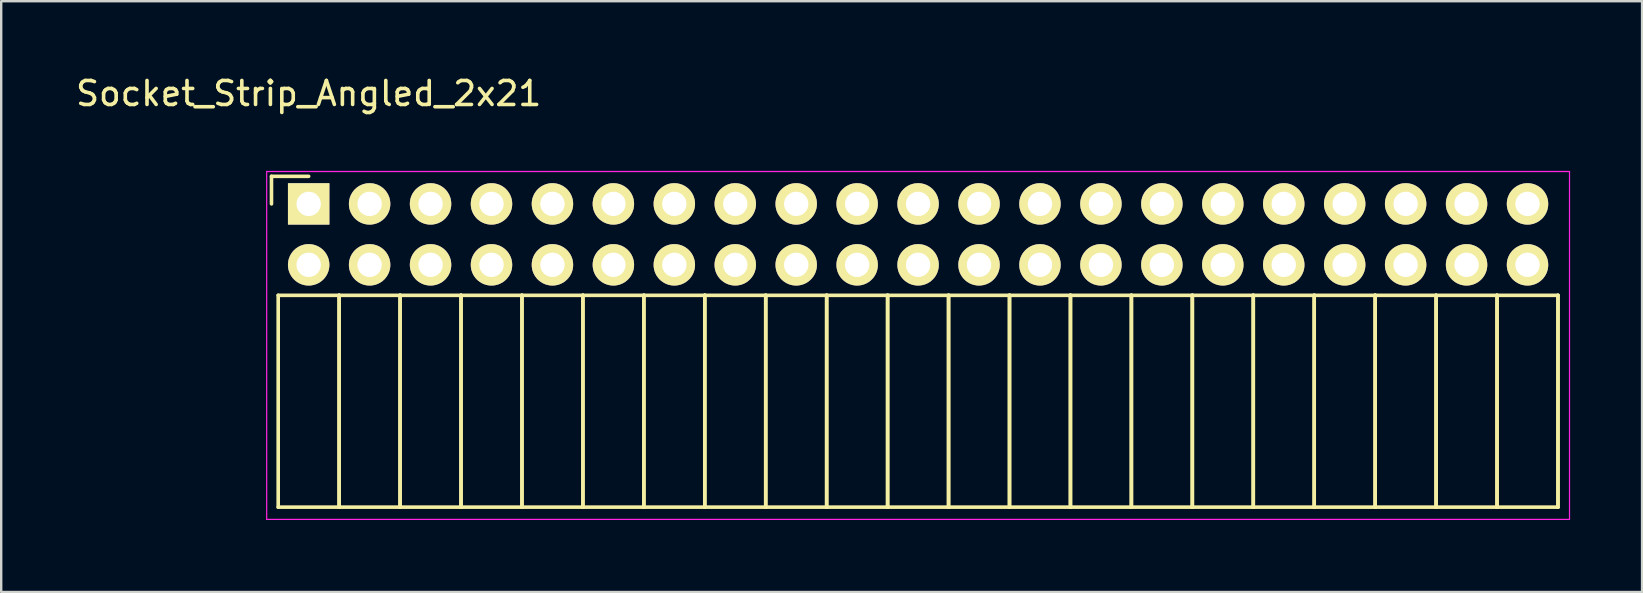
<source format=kicad_pcb>
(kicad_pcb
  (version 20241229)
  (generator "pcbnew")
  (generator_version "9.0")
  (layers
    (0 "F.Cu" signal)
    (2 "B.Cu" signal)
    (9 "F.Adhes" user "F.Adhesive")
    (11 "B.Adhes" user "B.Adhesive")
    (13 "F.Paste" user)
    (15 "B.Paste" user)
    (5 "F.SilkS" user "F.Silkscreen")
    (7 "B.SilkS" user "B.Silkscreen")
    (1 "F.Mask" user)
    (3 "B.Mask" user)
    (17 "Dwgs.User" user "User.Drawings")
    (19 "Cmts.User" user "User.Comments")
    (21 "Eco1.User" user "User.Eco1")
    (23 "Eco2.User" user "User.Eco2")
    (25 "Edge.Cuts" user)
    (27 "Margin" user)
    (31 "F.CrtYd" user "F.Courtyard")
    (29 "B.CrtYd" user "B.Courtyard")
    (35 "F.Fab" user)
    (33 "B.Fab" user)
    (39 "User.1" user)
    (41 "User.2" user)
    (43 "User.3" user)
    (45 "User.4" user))
  (footprint "Socket_Strip_Angled_2x21"
    (layer "F.Cu")
    (at 9.815 5.448)
    (property "Reference" "Socket_Strip_Angled_2x21" (at 0 -4.6 0) (layer "F.SilkS") (effects (font (size 1 1) (thickness 0.15))))
    (attr through_hole)
    (fp_line (start -1.55 -1.15) (end -1.55 0) (stroke (width 0.15) (type solid)) (layer "F.SilkS"))
    (fp_line (start -1.27 3.81) (end -1.27 12.64) (stroke (width 0.15) (type solid)) (layer "F.SilkS"))
    (fp_line (start -1.27 3.81) (end 1.27 3.81) (stroke (width 0.15) (type solid)) (layer "F.SilkS"))
    (fp_line (start -1.27 12.64) (end 1.27 12.64) (stroke (width 0.15) (type solid)) (layer "F.SilkS"))
    (fp_line (start 0 -1.15) (end -1.55 -1.15) (stroke (width 0.15) (type solid)) (layer "F.SilkS"))
    (fp_line (start 1.27 3.81) (end 1.27 12.64) (stroke (width 0.15) (type solid)) (layer "F.SilkS"))
    (fp_line (start 1.27 3.81) (end 3.81 3.81) (stroke (width 0.15) (type solid)) (layer "F.SilkS"))
    (fp_line (start 1.27 12.64) (end 1.27 3.81) (stroke (width 0.15) (type solid)) (layer "F.SilkS"))
    (fp_line (start 1.27 12.64) (end 3.81 12.64) (stroke (width 0.15) (type solid)) (layer "F.SilkS"))
    (fp_line (start 3.81 3.81) (end 3.81 12.64) (stroke (width 0.15) (type solid)) (layer "F.SilkS"))
    (fp_line (start 3.81 3.81) (end 6.35 3.81) (stroke (width 0.15) (type solid)) (layer "F.SilkS"))
    (fp_line (start 3.81 12.64) (end 3.81 3.81) (stroke (width 0.15) (type solid)) (layer "F.SilkS"))
    (fp_line (start 3.81 12.64) (end 6.35 12.64) (stroke (width 0.15) (type solid)) (layer "F.SilkS"))
    (fp_line (start 6.35 3.81) (end 6.35 12.64) (stroke (width 0.15) (type solid)) (layer "F.SilkS"))
    (fp_line (start 6.35 3.81) (end 8.89 3.81) (stroke (width 0.15) (type solid)) (layer "F.SilkS"))
    (fp_line (start 6.35 12.64) (end 6.35 3.81) (stroke (width 0.15) (type solid)) (layer "F.SilkS"))
    (fp_line (start 6.35 12.64) (end 8.89 12.64) (stroke (width 0.15) (type solid)) (layer "F.SilkS"))
    (fp_line (start 8.89 3.81) (end 8.89 12.64) (stroke (width 0.15) (type solid)) (layer "F.SilkS"))
    (fp_line (start 8.89 3.81) (end 11.43 3.81) (stroke (width 0.15) (type solid)) (layer "F.SilkS"))
    (fp_line (start 8.89 12.64) (end 8.89 3.81) (stroke (width 0.15) (type solid)) (layer "F.SilkS"))
    (fp_line (start 8.89 12.64) (end 11.43 12.64) (stroke (width 0.15) (type solid)) (layer "F.SilkS"))
    (fp_line (start 11.43 3.81) (end 11.43 12.64) (stroke (width 0.15) (type solid)) (layer "F.SilkS"))
    (fp_line (start 11.43 3.81) (end 13.97 3.81) (stroke (width 0.15) (type solid)) (layer "F.SilkS"))
    (fp_line (start 11.43 12.64) (end 11.43 3.81) (stroke (width 0.15) (type solid)) (layer "F.SilkS"))
    (fp_line (start 11.43 12.64) (end 13.97 12.64) (stroke (width 0.15) (type solid)) (layer "F.SilkS"))
    (fp_line (start 13.97 3.81) (end 13.97 12.64) (stroke (width 0.15) (type solid)) (layer "F.SilkS"))
    (fp_line (start 13.97 3.81) (end 16.51 3.81) (stroke (width 0.15) (type solid)) (layer "F.SilkS"))
    (fp_line (start 13.97 12.64) (end 13.97 3.81) (stroke (width 0.15) (type solid)) (layer "F.SilkS"))
    (fp_line (start 13.97 12.64) (end 16.51 12.64) (stroke (width 0.15) (type solid)) (layer "F.SilkS"))
    (fp_line (start 16.51 3.81) (end 16.51 12.64) (stroke (width 0.15) (type solid)) (layer "F.SilkS"))
    (fp_line (start 16.51 3.81) (end 19.05 3.81) (stroke (width 0.15) (type solid)) (layer "F.SilkS"))
    (fp_line (start 16.51 12.64) (end 16.51 3.81) (stroke (width 0.15) (type solid)) (layer "F.SilkS"))
    (fp_line (start 16.51 12.64) (end 19.05 12.64) (stroke (width 0.15) (type solid)) (layer "F.SilkS"))
    (fp_line (start 19.05 3.81) (end 19.05 12.64) (stroke (width 0.15) (type solid)) (layer "F.SilkS"))
    (fp_line (start 19.05 3.81) (end 21.59 3.81) (stroke (width 0.15) (type solid)) (layer "F.SilkS"))
    (fp_line (start 19.05 12.64) (end 19.05 3.81) (stroke (width 0.15) (type solid)) (layer "F.SilkS"))
    (fp_line (start 19.05 12.64) (end 21.59 12.64) (stroke (width 0.15) (type solid)) (layer "F.SilkS"))
    (fp_line (start 21.59 3.81) (end 21.59 12.64) (stroke (width 0.15) (type solid)) (layer "F.SilkS"))
    (fp_line (start 21.59 3.81) (end 24.13 3.81) (stroke (width 0.15) (type solid)) (layer "F.SilkS"))
    (fp_line (start 21.59 12.64) (end 21.59 3.81) (stroke (width 0.15) (type solid)) (layer "F.SilkS"))
    (fp_line (start 21.59 12.64) (end 24.13 12.64) (stroke (width 0.15) (type solid)) (layer "F.SilkS"))
    (fp_line (start 24.13 3.81) (end 24.13 12.64) (stroke (width 0.15) (type solid)) (layer "F.SilkS"))
    (fp_line (start 24.13 3.81) (end 26.67 3.81) (stroke (width 0.15) (type solid)) (layer "F.SilkS"))
    (fp_line (start 24.13 12.64) (end 24.13 3.81) (stroke (width 0.15) (type solid)) (layer "F.SilkS"))
    (fp_line (start 24.13 12.64) (end 26.67 12.64) (stroke (width 0.15) (type solid)) (layer "F.SilkS"))
    (fp_line (start 26.67 3.81) (end 26.67 12.64) (stroke (width 0.15) (type solid)) (layer "F.SilkS"))
    (fp_line (start 26.67 3.81) (end 29.21 3.81) (stroke (width 0.15) (type solid)) (layer "F.SilkS"))
    (fp_line (start 26.67 12.64) (end 26.67 3.81) (stroke (width 0.15) (type solid)) (layer "F.SilkS"))
    (fp_line (start 26.67 12.64) (end 29.21 12.64) (stroke (width 0.15) (type solid)) (layer "F.SilkS"))
    (fp_line (start 29.21 3.81) (end 29.21 12.64) (stroke (width 0.15) (type solid)) (layer "F.SilkS"))
    (fp_line (start 29.21 3.81) (end 31.75 3.81) (stroke (width 0.15) (type solid)) (layer "F.SilkS"))
    (fp_line (start 29.21 12.64) (end 29.21 3.81) (stroke (width 0.15) (type solid)) (layer "F.SilkS"))
    (fp_line (start 29.21 12.64) (end 31.75 12.64) (stroke (width 0.15) (type solid)) (layer "F.SilkS"))
    (fp_line (start 31.75 3.81) (end 31.75 12.64) (stroke (width 0.15) (type solid)) (layer "F.SilkS"))
    (fp_line (start 31.75 3.81) (end 34.29 3.81) (stroke (width 0.15) (type solid)) (layer "F.SilkS"))
    (fp_line (start 31.75 12.64) (end 31.75 3.81) (stroke (width 0.15) (type solid)) (layer "F.SilkS"))
    (fp_line (start 31.75 12.64) (end 34.29 12.64) (stroke (width 0.15) (type solid)) (layer "F.SilkS"))
    (fp_line (start 34.29 3.81) (end 34.29 12.64) (stroke (width 0.15) (type solid)) (layer "F.SilkS"))
    (fp_line (start 34.29 3.81) (end 36.83 3.81) (stroke (width 0.15) (type solid)) (layer "F.SilkS"))
    (fp_line (start 34.29 12.64) (end 34.29 3.81) (stroke (width 0.15) (type solid)) (layer "F.SilkS"))
    (fp_line (start 34.29 12.64) (end 36.83 12.64) (stroke (width 0.15) (type solid)) (layer "F.SilkS"))
    (fp_line (start 36.83 3.81) (end 36.83 12.64) (stroke (width 0.15) (type solid)) (layer "F.SilkS"))
    (fp_line (start 36.83 3.81) (end 39.37 3.81) (stroke (width 0.15) (type solid)) (layer "F.SilkS"))
    (fp_line (start 36.83 12.64) (end 36.83 3.81) (stroke (width 0.15) (type solid)) (layer "F.SilkS"))
    (fp_line (start 36.83 12.64) (end 39.37 12.64) (stroke (width 0.15) (type solid)) (layer "F.SilkS"))
    (fp_line (start 39.37 3.81) (end 39.37 12.64) (stroke (width 0.15) (type solid)) (layer "F.SilkS"))
    (fp_line (start 39.37 3.81) (end 41.91 3.81) (stroke (width 0.15) (type solid)) (layer "F.SilkS"))
    (fp_line (start 39.37 12.64) (end 39.37 3.81) (stroke (width 0.15) (type solid)) (layer "F.SilkS"))
    (fp_line (start 39.37 12.64) (end 41.91 12.64) (stroke (width 0.15) (type solid)) (layer "F.SilkS"))
    (fp_line (start 41.91 3.81) (end 41.91 12.64) (stroke (width 0.15) (type solid)) (layer "F.SilkS"))
    (fp_line (start 41.91 3.81) (end 44.45 3.81) (stroke (width 0.15) (type solid)) (layer "F.SilkS"))
    (fp_line (start 41.91 12.64) (end 41.91 3.81) (stroke (width 0.15) (type solid)) (layer "F.SilkS"))
    (fp_line (start 41.91 12.64) (end 44.45 12.64) (stroke (width 0.15) (type solid)) (layer "F.SilkS"))
    (fp_line (start 44.45 3.81) (end 44.45 12.64) (stroke (width 0.15) (type solid)) (layer "F.SilkS"))
    (fp_line (start 44.45 3.81) (end 46.99 3.81) (stroke (width 0.15) (type solid)) (layer "F.SilkS"))
    (fp_line (start 44.45 12.64) (end 44.45 3.81) (stroke (width 0.15) (type solid)) (layer "F.SilkS"))
    (fp_line (start 44.45 12.64) (end 46.99 12.64) (stroke (width 0.15) (type solid)) (layer "F.SilkS"))
    (fp_line (start 46.99 3.81) (end 46.99 12.64) (stroke (width 0.15) (type solid)) (layer "F.SilkS"))
    (fp_line (start 46.99 3.81) (end 49.53 3.81) (stroke (width 0.15) (type solid)) (layer "F.SilkS"))
    (fp_line (start 46.99 12.64) (end 46.99 3.81) (stroke (width 0.15) (type solid)) (layer "F.SilkS"))
    (fp_line (start 46.99 12.64) (end 49.53 12.64) (stroke (width 0.15) (type solid)) (layer "F.SilkS"))
    (fp_line (start 49.53 3.81) (end 49.53 12.64) (stroke (width 0.15) (type solid)) (layer "F.SilkS"))
    (fp_line (start 49.53 3.81) (end 52.07 3.81) (stroke (width 0.15) (type solid)) (layer "F.SilkS"))
    (fp_line (start 49.53 12.64) (end 49.53 3.81) (stroke (width 0.15) (type solid)) (layer "F.SilkS"))
    (fp_line (start 49.53 12.64) (end 52.07 12.64) (stroke (width 0.15) (type solid)) (layer "F.SilkS"))
    (fp_line (start 52.07 3.81) (end 52.07 12.64) (stroke (width 0.15) (type solid)) (layer "F.SilkS"))
    (fp_line (start 52.07 12.64) (end 52.07 3.81) (stroke (width 0.15) (type solid)) (layer "F.SilkS"))
    (fp_line (start -1.75 -1.35) (end -1.75 13.15) (stroke (width 0.05) (type solid)) (layer "F.CrtYd"))
    (fp_line (start -1.75 -1.35) (end 52.55 -1.35) (stroke (width 0.05) (type solid)) (layer "F.CrtYd"))
    (fp_line (start -1.75 13.15) (end 52.55 13.15) (stroke (width 0.05) (type solid)) (layer "F.CrtYd"))
    (fp_line (start 52.55 -1.35) (end 52.55 13.15) (stroke (width 0.05) (type solid)) (layer "F.CrtYd"))
    (pad "1" thru_hole rect (at 0 0) (size 1.727 1.727) (drill 1.016) (layers "*.Cu" "*.Mask" "F.SilkS"))
    (pad "2" thru_hole oval (at 0 2.54) (size 1.727 1.727) (drill 1.016) (layers "*.Cu" "*.Mask" "F.SilkS"))
    (pad "3" thru_hole oval (at 2.54 0) (size 1.727 1.727) (drill 1.016) (layers "*.Cu" "*.Mask" "F.SilkS"))
    (pad "4" thru_hole oval (at 2.54 2.54) (size 1.727 1.727) (drill 1.016) (layers "*.Cu" "*.Mask" "F.SilkS"))
    (pad "5" thru_hole oval (at 5.08 0) (size 1.727 1.727) (drill 1.016) (layers "*.Cu" "*.Mask" "F.SilkS"))
    (pad "6" thru_hole oval (at 5.08 2.54) (size 1.727 1.727) (drill 1.016) (layers "*.Cu" "*.Mask" "F.SilkS"))
    (pad "7" thru_hole oval (at 7.62 0) (size 1.727 1.727) (drill 1.016) (layers "*.Cu" "*.Mask" "F.SilkS"))
    (pad "8" thru_hole oval (at 7.62 2.54) (size 1.727 1.727) (drill 1.016) (layers "*.Cu" "*.Mask" "F.SilkS"))
    (pad "9" thru_hole oval (at 10.16 0) (size 1.727 1.727) (drill 1.016) (layers "*.Cu" "*.Mask" "F.SilkS"))
    (pad "10" thru_hole oval (at 10.16 2.54) (size 1.727 1.727) (drill 1.016) (layers "*.Cu" "*.Mask" "F.SilkS"))
    (pad "11" thru_hole oval (at 12.7 0) (size 1.727 1.727) (drill 1.016) (layers "*.Cu" "*.Mask" "F.SilkS"))
    (pad "12" thru_hole oval (at 12.7 2.54) (size 1.727 1.727) (drill 1.016) (layers "*.Cu" "*.Mask" "F.SilkS"))
    (pad "13" thru_hole oval (at 15.24 0) (size 1.727 1.727) (drill 1.016) (layers "*.Cu" "*.Mask" "F.SilkS"))
    (pad "14" thru_hole oval (at 15.24 2.54) (size 1.727 1.727) (drill 1.016) (layers "*.Cu" "*.Mask" "F.SilkS"))
    (pad "15" thru_hole oval (at 17.78 0) (size 1.727 1.727) (drill 1.016) (layers "*.Cu" "*.Mask" "F.SilkS"))
    (pad "16" thru_hole oval (at 17.78 2.54) (size 1.727 1.727) (drill 1.016) (layers "*.Cu" "*.Mask" "F.SilkS"))
    (pad "17" thru_hole oval (at 20.32 0) (size 1.727 1.727) (drill 1.016) (layers "*.Cu" "*.Mask" "F.SilkS"))
    (pad "18" thru_hole oval (at 20.32 2.54) (size 1.727 1.727) (drill 1.016) (layers "*.Cu" "*.Mask" "F.SilkS"))
    (pad "19" thru_hole oval (at 22.86 0) (size 1.727 1.727) (drill 1.016) (layers "*.Cu" "*.Mask" "F.SilkS"))
    (pad "20" thru_hole oval (at 22.86 2.54) (size 1.727 1.727) (drill 1.016) (layers "*.Cu" "*.Mask" "F.SilkS"))
    (pad "21" thru_hole oval (at 25.4 0) (size 1.727 1.727) (drill 1.016) (layers "*.Cu" "*.Mask" "F.SilkS"))
    (pad "22" thru_hole oval (at 25.4 2.54) (size 1.727 1.727) (drill 1.016) (layers "*.Cu" "*.Mask" "F.SilkS"))
    (pad "23" thru_hole oval (at 27.94 0) (size 1.727 1.727) (drill 1.016) (layers "*.Cu" "*.Mask" "F.SilkS"))
    (pad "24" thru_hole oval (at 27.94 2.54) (size 1.727 1.727) (drill 1.016) (layers "*.Cu" "*.Mask" "F.SilkS"))
    (pad "25" thru_hole oval (at 30.48 0) (size 1.727 1.727) (drill 1.016) (layers "*.Cu" "*.Mask" "F.SilkS"))
    (pad "26" thru_hole oval (at 30.48 2.54) (size 1.727 1.727) (drill 1.016) (layers "*.Cu" "*.Mask" "F.SilkS"))
    (pad "27" thru_hole oval (at 33.02 0) (size 1.727 1.727) (drill 1.016) (layers "*.Cu" "*.Mask" "F.SilkS"))
    (pad "28" thru_hole oval (at 33.02 2.54) (size 1.727 1.727) (drill 1.016) (layers "*.Cu" "*.Mask" "F.SilkS"))
    (pad "29" thru_hole oval (at 35.56 0) (size 1.727 1.727) (drill 1.016) (layers "*.Cu" "*.Mask" "F.SilkS"))
    (pad "30" thru_hole oval (at 35.56 2.54) (size 1.727 1.727) (drill 1.016) (layers "*.Cu" "*.Mask" "F.SilkS"))
    (pad "31" thru_hole oval (at 38.1 0) (size 1.727 1.727) (drill 1.016) (layers "*.Cu" "*.Mask" "F.SilkS"))
    (pad "32" thru_hole oval (at 38.1 2.54) (size 1.727 1.727) (drill 1.016) (layers "*.Cu" "*.Mask" "F.SilkS"))
    (pad "33" thru_hole oval (at 40.64 0) (size 1.727 1.727) (drill 1.016) (layers "*.Cu" "*.Mask" "F.SilkS"))
    (pad "34" thru_hole oval (at 40.64 2.54) (size 1.727 1.727) (drill 1.016) (layers "*.Cu" "*.Mask" "F.SilkS"))
    (pad "35" thru_hole oval (at 43.18 0) (size 1.727 1.727) (drill 1.016) (layers "*.Cu" "*.Mask" "F.SilkS"))
    (pad "36" thru_hole oval (at 43.18 2.54) (size 1.727 1.727) (drill 1.016) (layers "*.Cu" "*.Mask" "F.SilkS"))
    (pad "37" thru_hole oval (at 45.72 0) (size 1.727 1.727) (drill 1.016) (layers "*.Cu" "*.Mask" "F.SilkS"))
    (pad "38" thru_hole oval (at 45.72 2.54) (size 1.727 1.727) (drill 1.016) (layers "*.Cu" "*.Mask" "F.SilkS"))
    (pad "39" thru_hole oval (at 48.26 0) (size 1.727 1.727) (drill 1.016) (layers "*.Cu" "*.Mask" "F.SilkS"))
    (pad "40" thru_hole oval (at 48.26 2.54) (size 1.727 1.727) (drill 1.016) (layers "*.Cu" "*.Mask" "F.SilkS"))
    (pad "41" thru_hole oval (at 50.8 0) (size 1.727 1.727) (drill 1.016) (layers "*.Cu" "*.Mask" "F.SilkS"))
    (pad "42" thru_hole oval (at 50.8 2.54) (size 1.727 1.727) (drill 1.016) (layers "*.Cu" "*.Mask" "F.SilkS")))
  (gr_rect
    (start -3 -3)
    (end 65.39 21.623)
    (stroke (width 0.1) (type default))
    (fill no)
    (layer "Edge.Cuts")))
</source>
